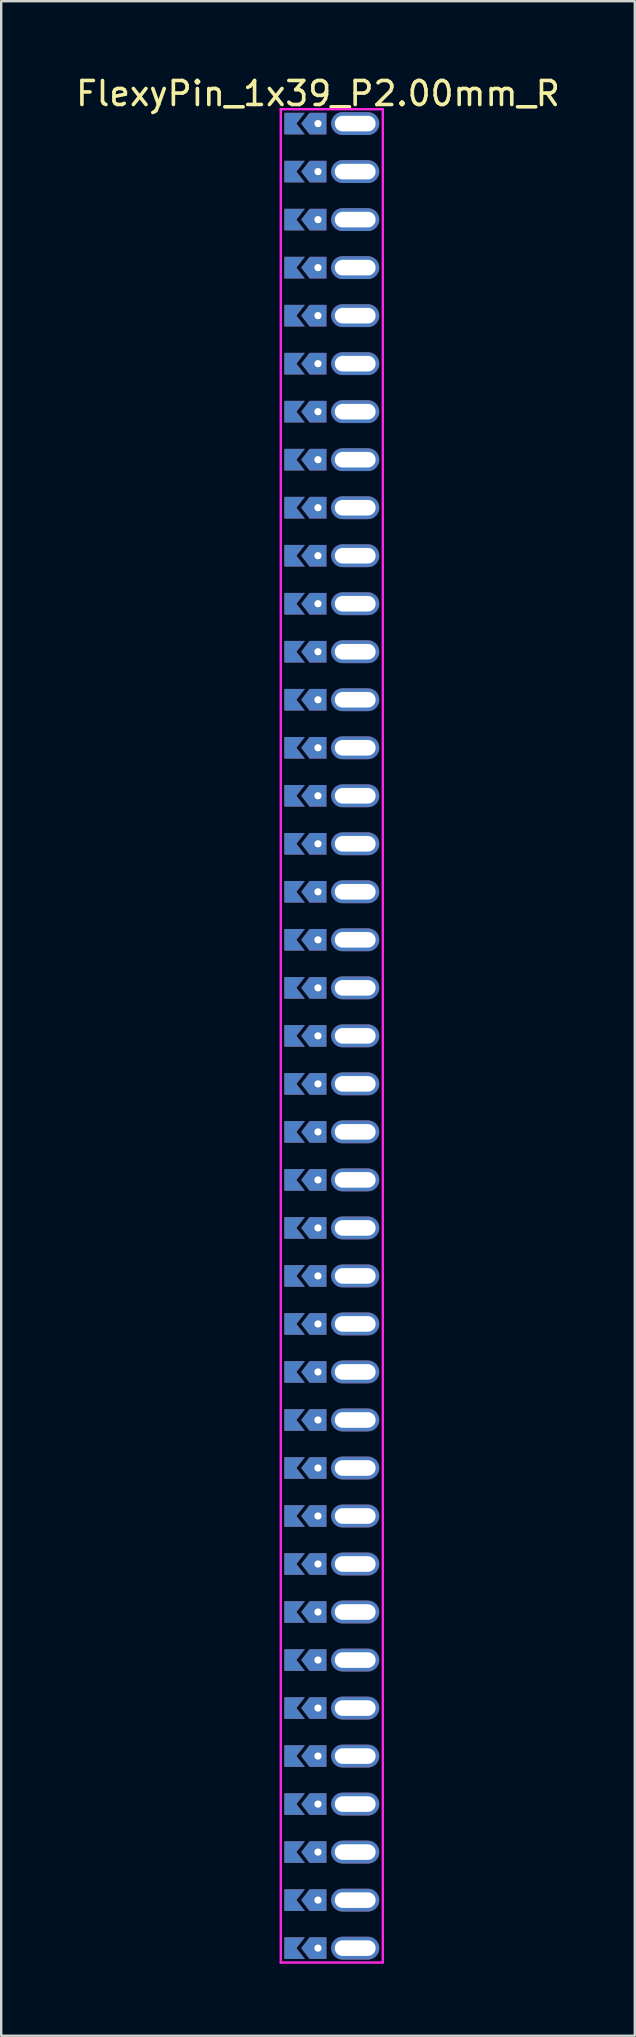
<source format=kicad_pcb>
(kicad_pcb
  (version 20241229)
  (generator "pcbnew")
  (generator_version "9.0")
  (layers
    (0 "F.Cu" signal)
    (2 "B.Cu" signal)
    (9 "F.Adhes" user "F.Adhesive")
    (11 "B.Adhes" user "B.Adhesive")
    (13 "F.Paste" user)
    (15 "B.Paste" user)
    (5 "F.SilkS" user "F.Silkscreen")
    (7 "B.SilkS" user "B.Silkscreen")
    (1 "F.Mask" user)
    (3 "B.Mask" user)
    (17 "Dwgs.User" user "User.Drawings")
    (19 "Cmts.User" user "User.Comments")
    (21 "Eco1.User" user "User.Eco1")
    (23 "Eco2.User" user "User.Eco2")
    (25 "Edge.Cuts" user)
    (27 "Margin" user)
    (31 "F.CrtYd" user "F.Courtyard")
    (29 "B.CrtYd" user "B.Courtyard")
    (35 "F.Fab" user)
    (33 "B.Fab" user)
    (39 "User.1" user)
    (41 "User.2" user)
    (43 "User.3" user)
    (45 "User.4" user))
  (footprint "FlexyPin_1x39_P2.00mm_R"
    (layer "F.Cu")
    (at 10.196 2.098)
    (property "Reference" "FlexyPin_1x39_P2.00mm_R" (at 0 -1.25 0) (layer "F.SilkS") (effects (font (size 1 1) (thickness 0.15))))
    (attr through_hole)
    (fp_line (start -1.55 -0.6) (end 2.7 -0.6) (stroke (width 0.1) (type solid)) (layer "F.CrtYd"))
    (fp_line (start -1.55 76.6) (end -1.55 -0.6) (stroke (width 0.1) (type solid)) (layer "F.CrtYd"))
    (fp_line (start 2.7 -0.6) (end 2.7 76.6) (stroke (width 0.1) (type solid)) (layer "F.CrtYd"))
    (fp_line (start 2.7 76.6) (end -1.55 76.6) (stroke (width 0.1) (type solid)) (layer "F.CrtYd"))
    (pad "" thru_hole custom (at 0 0) (size 0.3 0.3) (drill 0.6) (layers "*.Cu" "*.Mask") (options (anchor rect)) (primitives (gr_poly (pts (xy 0.35 0.45) (xy 0.35 -0.45) (xy -0.35 -0.45) (xy -0.7 0) (xy -0.35 0.45)) (width 0) (fill yes))))
    (pad "" thru_hole custom (at 0 2) (size 0.3 0.3) (drill 0.6) (layers "*.Cu" "*.Mask") (options (anchor rect)) (primitives (gr_poly (pts (xy 0.35 0.45) (xy 0.35 -0.45) (xy -0.35 -0.45) (xy -0.7 0) (xy -0.35 0.45)) (width 0) (fill yes))))
    (pad "" thru_hole custom (at 0 4) (size 0.3 0.3) (drill 0.6) (layers "*.Cu" "*.Mask") (options (anchor rect)) (primitives (gr_poly (pts (xy 0.35 0.45) (xy 0.35 -0.45) (xy -0.35 -0.45) (xy -0.7 0) (xy -0.35 0.45)) (width 0) (fill yes))))
    (pad "" thru_hole custom (at 0 6) (size 0.3 0.3) (drill 0.6) (layers "*.Cu" "*.Mask") (options (anchor rect)) (primitives (gr_poly (pts (xy 0.35 0.45) (xy 0.35 -0.45) (xy -0.35 -0.45) (xy -0.7 0) (xy -0.35 0.45)) (width 0) (fill yes))))
    (pad "" thru_hole custom (at 0 8) (size 0.3 0.3) (drill 0.6) (layers "*.Cu" "*.Mask") (options (anchor rect)) (primitives (gr_poly (pts (xy 0.35 0.45) (xy 0.35 -0.45) (xy -0.35 -0.45) (xy -0.7 0) (xy -0.35 0.45)) (width 0) (fill yes))))
    (pad "" thru_hole custom (at 0 10) (size 0.3 0.3) (drill 0.6) (layers "*.Cu" "*.Mask") (options (anchor rect)) (primitives (gr_poly (pts (xy 0.35 0.45) (xy 0.35 -0.45) (xy -0.35 -0.45) (xy -0.7 0) (xy -0.35 0.45)) (width 0) (fill yes))))
    (pad "" thru_hole custom (at 0 12) (size 0.3 0.3) (drill 0.6) (layers "*.Cu" "*.Mask") (options (anchor rect)) (primitives (gr_poly (pts (xy 0.35 0.45) (xy 0.35 -0.45) (xy -0.35 -0.45) (xy -0.7 0) (xy -0.35 0.45)) (width 0) (fill yes))))
    (pad "" thru_hole custom (at 0 14) (size 0.3 0.3) (drill 0.6) (layers "*.Cu" "*.Mask") (options (anchor rect)) (primitives (gr_poly (pts (xy 0.35 0.45) (xy 0.35 -0.45) (xy -0.35 -0.45) (xy -0.7 0) (xy -0.35 0.45)) (width 0) (fill yes))))
    (pad "" thru_hole custom (at 0 16) (size 0.3 0.3) (drill 0.6) (layers "*.Cu" "*.Mask") (options (anchor rect)) (primitives (gr_poly (pts (xy 0.35 0.45) (xy 0.35 -0.45) (xy -0.35 -0.45) (xy -0.7 0) (xy -0.35 0.45)) (width 0) (fill yes))))
    (pad "" thru_hole custom (at 0 18) (size 0.3 0.3) (drill 0.6) (layers "*.Cu" "*.Mask") (options (anchor rect)) (primitives (gr_poly (pts (xy 0.35 0.45) (xy 0.35 -0.45) (xy -0.35 -0.45) (xy -0.7 0) (xy -0.35 0.45)) (width 0) (fill yes))))
    (pad "" thru_hole custom (at 0 20) (size 0.3 0.3) (drill 0.6) (layers "*.Cu" "*.Mask") (options (anchor rect)) (primitives (gr_poly (pts (xy 0.35 0.45) (xy 0.35 -0.45) (xy -0.35 -0.45) (xy -0.7 0) (xy -0.35 0.45)) (width 0) (fill yes))))
    (pad "" thru_hole custom (at 0 22) (size 0.3 0.3) (drill 0.6) (layers "*.Cu" "*.Mask") (options (anchor rect)) (primitives (gr_poly (pts (xy 0.35 0.45) (xy 0.35 -0.45) (xy -0.35 -0.45) (xy -0.7 0) (xy -0.35 0.45)) (width 0) (fill yes))))
    (pad "" thru_hole custom (at 0 24) (size 0.3 0.3) (drill 0.6) (layers "*.Cu" "*.Mask") (options (anchor rect)) (primitives (gr_poly (pts (xy 0.35 0.45) (xy 0.35 -0.45) (xy -0.35 -0.45) (xy -0.7 0) (xy -0.35 0.45)) (width 0) (fill yes))))
    (pad "" thru_hole custom (at 0 26) (size 0.3 0.3) (drill 0.6) (layers "*.Cu" "*.Mask") (options (anchor rect)) (primitives (gr_poly (pts (xy 0.35 0.45) (xy 0.35 -0.45) (xy -0.35 -0.45) (xy -0.7 0) (xy -0.35 0.45)) (width 0) (fill yes))))
    (pad "" thru_hole custom (at 0 28) (size 0.3 0.3) (drill 0.6) (layers "*.Cu" "*.Mask") (options (anchor rect)) (primitives (gr_poly (pts (xy 0.35 0.45) (xy 0.35 -0.45) (xy -0.35 -0.45) (xy -0.7 0) (xy -0.35 0.45)) (width 0) (fill yes))))
    (pad "" thru_hole custom (at 0 30) (size 0.3 0.3) (drill 0.6) (layers "*.Cu" "*.Mask") (options (anchor rect)) (primitives (gr_poly (pts (xy 0.35 0.45) (xy 0.35 -0.45) (xy -0.35 -0.45) (xy -0.7 0) (xy -0.35 0.45)) (width 0) (fill yes))))
    (pad "" thru_hole custom (at 0 32) (size 0.3 0.3) (drill 0.6) (layers "*.Cu" "*.Mask") (options (anchor rect)) (primitives (gr_poly (pts (xy 0.35 0.45) (xy 0.35 -0.45) (xy -0.35 -0.45) (xy -0.7 0) (xy -0.35 0.45)) (width 0) (fill yes))))
    (pad "" thru_hole custom (at 0 34) (size 0.3 0.3) (drill 0.6) (layers "*.Cu" "*.Mask") (options (anchor rect)) (primitives (gr_poly (pts (xy 0.35 0.45) (xy 0.35 -0.45) (xy -0.35 -0.45) (xy -0.7 0) (xy -0.35 0.45)) (width 0) (fill yes))))
    (pad "" thru_hole custom (at 0 36) (size 0.3 0.3) (drill 0.6) (layers "*.Cu" "*.Mask") (options (anchor rect)) (primitives (gr_poly (pts (xy 0.35 0.45) (xy 0.35 -0.45) (xy -0.35 -0.45) (xy -0.7 0) (xy -0.35 0.45)) (width 0) (fill yes))))
    (pad "" thru_hole custom (at 0 38) (size 0.3 0.3) (drill 0.6) (layers "*.Cu" "*.Mask") (options (anchor rect)) (primitives (gr_poly (pts (xy 0.35 0.45) (xy 0.35 -0.45) (xy -0.35 -0.45) (xy -0.7 0) (xy -0.35 0.45)) (width 0) (fill yes))))
    (pad "" thru_hole custom (at 0 40) (size 0.3 0.3) (drill 0.6) (layers "*.Cu" "*.Mask") (options (anchor rect)) (primitives (gr_poly (pts (xy 0.35 0.45) (xy 0.35 -0.45) (xy -0.35 -0.45) (xy -0.7 0) (xy -0.35 0.45)) (width 0) (fill yes))))
    (pad "" thru_hole custom (at 0 42) (size 0.3 0.3) (drill 0.6) (layers "*.Cu" "*.Mask") (options (anchor rect)) (primitives (gr_poly (pts (xy 0.35 0.45) (xy 0.35 -0.45) (xy -0.35 -0.45) (xy -0.7 0) (xy -0.35 0.45)) (width 0) (fill yes))))
    (pad "" thru_hole custom (at 0 44) (size 0.3 0.3) (drill 0.6) (layers "*.Cu" "*.Mask") (options (anchor rect)) (primitives (gr_poly (pts (xy 0.35 0.45) (xy 0.35 -0.45) (xy -0.35 -0.45) (xy -0.7 0) (xy -0.35 0.45)) (width 0) (fill yes))))
    (pad "" thru_hole custom (at 0 46) (size 0.3 0.3) (drill 0.6) (layers "*.Cu" "*.Mask") (options (anchor rect)) (primitives (gr_poly (pts (xy 0.35 0.45) (xy 0.35 -0.45) (xy -0.35 -0.45) (xy -0.7 0) (xy -0.35 0.45)) (width 0) (fill yes))))
    (pad "" thru_hole custom (at 0 48) (size 0.3 0.3) (drill 0.6) (layers "*.Cu" "*.Mask") (options (anchor rect)) (primitives (gr_poly (pts (xy 0.35 0.45) (xy 0.35 -0.45) (xy -0.35 -0.45) (xy -0.7 0) (xy -0.35 0.45)) (width 0) (fill yes))))
    (pad "" thru_hole custom (at 0 50) (size 0.3 0.3) (drill 0.6) (layers "*.Cu" "*.Mask") (options (anchor rect)) (primitives (gr_poly (pts (xy 0.35 0.45) (xy 0.35 -0.45) (xy -0.35 -0.45) (xy -0.7 0) (xy -0.35 0.45)) (width 0) (fill yes))))
    (pad "" thru_hole custom (at 0 52) (size 0.3 0.3) (drill 0.6) (layers "*.Cu" "*.Mask") (options (anchor rect)) (primitives (gr_poly (pts (xy 0.35 0.45) (xy 0.35 -0.45) (xy -0.35 -0.45) (xy -0.7 0) (xy -0.35 0.45)) (width 0) (fill yes))))
    (pad "" thru_hole custom (at 0 54) (size 0.3 0.3) (drill 0.6) (layers "*.Cu" "*.Mask") (options (anchor rect)) (primitives (gr_poly (pts (xy 0.35 0.45) (xy 0.35 -0.45) (xy -0.35 -0.45) (xy -0.7 0) (xy -0.35 0.45)) (width 0) (fill yes))))
    (pad "" thru_hole custom (at 0 56) (size 0.3 0.3) (drill 0.6) (layers "*.Cu" "*.Mask") (options (anchor rect)) (primitives (gr_poly (pts (xy 0.35 0.45) (xy 0.35 -0.45) (xy -0.35 -0.45) (xy -0.7 0) (xy -0.35 0.45)) (width 0) (fill yes))))
    (pad "" thru_hole custom (at 0 58) (size 0.3 0.3) (drill 0.6) (layers "*.Cu" "*.Mask") (options (anchor rect)) (primitives (gr_poly (pts (xy 0.35 0.45) (xy 0.35 -0.45) (xy -0.35 -0.45) (xy -0.7 0) (xy -0.35 0.45)) (width 0) (fill yes))))
    (pad "" thru_hole custom (at 0 60) (size 0.3 0.3) (drill 0.6) (layers "*.Cu" "*.Mask") (options (anchor rect)) (primitives (gr_poly (pts (xy 0.35 0.45) (xy 0.35 -0.45) (xy -0.35 -0.45) (xy -0.7 0) (xy -0.35 0.45)) (width 0) (fill yes))))
    (pad "" thru_hole custom (at 0 62) (size 0.3 0.3) (drill 0.6) (layers "*.Cu" "*.Mask") (options (anchor rect)) (primitives (gr_poly (pts (xy 0.35 0.45) (xy 0.35 -0.45) (xy -0.35 -0.45) (xy -0.7 0) (xy -0.35 0.45)) (width 0) (fill yes))))
    (pad "" thru_hole custom (at 0 64) (size 0.3 0.3) (drill 0.6) (layers "*.Cu" "*.Mask") (options (anchor rect)) (primitives (gr_poly (pts (xy 0.35 0.45) (xy 0.35 -0.45) (xy -0.35 -0.45) (xy -0.7 0) (xy -0.35 0.45)) (width 0) (fill yes))))
    (pad "" thru_hole custom (at 0 66) (size 0.3 0.3) (drill 0.6) (layers "*.Cu" "*.Mask") (options (anchor rect)) (primitives (gr_poly (pts (xy 0.35 0.45) (xy 0.35 -0.45) (xy -0.35 -0.45) (xy -0.7 0) (xy -0.35 0.45)) (width 0) (fill yes))))
    (pad "" thru_hole custom (at 0 68) (size 0.3 0.3) (drill 0.6) (layers "*.Cu" "*.Mask") (options (anchor rect)) (primitives (gr_poly (pts (xy 0.35 0.45) (xy 0.35 -0.45) (xy -0.35 -0.45) (xy -0.7 0) (xy -0.35 0.45)) (width 0) (fill yes))))
    (pad "" thru_hole custom (at 0 70) (size 0.3 0.3) (drill 0.6) (layers "*.Cu" "*.Mask") (options (anchor rect)) (primitives (gr_poly (pts (xy 0.35 0.45) (xy 0.35 -0.45) (xy -0.35 -0.45) (xy -0.7 0) (xy -0.35 0.45)) (width 0) (fill yes))))
    (pad "" thru_hole custom (at 0 72) (size 0.3 0.3) (drill 0.6) (layers "*.Cu" "*.Mask") (options (anchor rect)) (primitives (gr_poly (pts (xy 0.35 0.45) (xy 0.35 -0.45) (xy -0.35 -0.45) (xy -0.7 0) (xy -0.35 0.45)) (width 0) (fill yes))))
    (pad "" thru_hole custom (at 0 74) (size 0.3 0.3) (drill 0.6) (layers "*.Cu" "*.Mask") (options (anchor rect)) (primitives (gr_poly (pts (xy 0.35 0.45) (xy 0.35 -0.45) (xy -0.35 -0.45) (xy -0.7 0) (xy -0.35 0.45)) (width 0) (fill yes))))
    (pad "" thru_hole custom (at 0 76) (size 0.3 0.3) (drill 0.6) (layers "*.Cu" "*.Mask") (options (anchor rect)) (primitives (gr_poly (pts (xy 0.35 0.45) (xy 0.35 -0.45) (xy -0.35 -0.45) (xy -0.7 0) (xy -0.35 0.45)) (width 0) (fill yes))))
    (pad "" thru_hole oval (at 1.55 0) (size 2 0.95) (drill oval 1.7 0.65) (layers "*.Cu" "*.Mask"))
    (pad "" thru_hole oval (at 1.55 2) (size 2 0.95) (drill oval 1.7 0.65) (layers "*.Cu" "*.Mask"))
    (pad "" thru_hole oval (at 1.55 4) (size 2 0.95) (drill oval 1.7 0.65) (layers "*.Cu" "*.Mask"))
    (pad "" thru_hole oval (at 1.55 6) (size 2 0.95) (drill oval 1.7 0.65) (layers "*.Cu" "*.Mask"))
    (pad "" thru_hole oval (at 1.55 8) (size 2 0.95) (drill oval 1.7 0.65) (layers "*.Cu" "*.Mask"))
    (pad "" thru_hole oval (at 1.55 10) (size 2 0.95) (drill oval 1.7 0.65) (layers "*.Cu" "*.Mask"))
    (pad "" thru_hole oval (at 1.55 12) (size 2 0.95) (drill oval 1.7 0.65) (layers "*.Cu" "*.Mask"))
    (pad "" thru_hole oval (at 1.55 14) (size 2 0.95) (drill oval 1.7 0.65) (layers "*.Cu" "*.Mask"))
    (pad "" thru_hole oval (at 1.55 16) (size 2 0.95) (drill oval 1.7 0.65) (layers "*.Cu" "*.Mask"))
    (pad "" thru_hole oval (at 1.55 18) (size 2 0.95) (drill oval 1.7 0.65) (layers "*.Cu" "*.Mask"))
    (pad "" thru_hole oval (at 1.55 20) (size 2 0.95) (drill oval 1.7 0.65) (layers "*.Cu" "*.Mask"))
    (pad "" thru_hole oval (at 1.55 22) (size 2 0.95) (drill oval 1.7 0.65) (layers "*.Cu" "*.Mask"))
    (pad "" thru_hole oval (at 1.55 24) (size 2 0.95) (drill oval 1.7 0.65) (layers "*.Cu" "*.Mask"))
    (pad "" thru_hole oval (at 1.55 26) (size 2 0.95) (drill oval 1.7 0.65) (layers "*.Cu" "*.Mask"))
    (pad "" thru_hole oval (at 1.55 28) (size 2 0.95) (drill oval 1.7 0.65) (layers "*.Cu" "*.Mask"))
    (pad "" thru_hole oval (at 1.55 30) (size 2 0.95) (drill oval 1.7 0.65) (layers "*.Cu" "*.Mask"))
    (pad "" thru_hole oval (at 1.55 32) (size 2 0.95) (drill oval 1.7 0.65) (layers "*.Cu" "*.Mask"))
    (pad "" thru_hole oval (at 1.55 34) (size 2 0.95) (drill oval 1.7 0.65) (layers "*.Cu" "*.Mask"))
    (pad "" thru_hole oval (at 1.55 36) (size 2 0.95) (drill oval 1.7 0.65) (layers "*.Cu" "*.Mask"))
    (pad "" thru_hole oval (at 1.55 38) (size 2 0.95) (drill oval 1.7 0.65) (layers "*.Cu" "*.Mask"))
    (pad "" thru_hole oval (at 1.55 40) (size 2 0.95) (drill oval 1.7 0.65) (layers "*.Cu" "*.Mask"))
    (pad "" thru_hole oval (at 1.55 42) (size 2 0.95) (drill oval 1.7 0.65) (layers "*.Cu" "*.Mask"))
    (pad "" thru_hole oval (at 1.55 44) (size 2 0.95) (drill oval 1.7 0.65) (layers "*.Cu" "*.Mask"))
    (pad "" thru_hole oval (at 1.55 46) (size 2 0.95) (drill oval 1.7 0.65) (layers "*.Cu" "*.Mask"))
    (pad "" thru_hole oval (at 1.55 48) (size 2 0.95) (drill oval 1.7 0.65) (layers "*.Cu" "*.Mask"))
    (pad "" thru_hole oval (at 1.55 50) (size 2 0.95) (drill oval 1.7 0.65) (layers "*.Cu" "*.Mask"))
    (pad "" thru_hole oval (at 1.55 52) (size 2 0.95) (drill oval 1.7 0.65) (layers "*.Cu" "*.Mask"))
    (pad "" thru_hole oval (at 1.55 54) (size 2 0.95) (drill oval 1.7 0.65) (layers "*.Cu" "*.Mask"))
    (pad "" thru_hole oval (at 1.55 56) (size 2 0.95) (drill oval 1.7 0.65) (layers "*.Cu" "*.Mask"))
    (pad "" thru_hole oval (at 1.55 58) (size 2 0.95) (drill oval 1.7 0.65) (layers "*.Cu" "*.Mask"))
    (pad "" thru_hole oval (at 1.55 60) (size 2 0.95) (drill oval 1.7 0.65) (layers "*.Cu" "*.Mask"))
    (pad "" thru_hole oval (at 1.55 62) (size 2 0.95) (drill oval 1.7 0.65) (layers "*.Cu" "*.Mask"))
    (pad "" thru_hole oval (at 1.55 64) (size 2 0.95) (drill oval 1.7 0.65) (layers "*.Cu" "*.Mask"))
    (pad "" thru_hole oval (at 1.55 66) (size 2 0.95) (drill oval 1.7 0.65) (layers "*.Cu" "*.Mask"))
    (pad "" thru_hole oval (at 1.55 68) (size 2 0.95) (drill oval 1.7 0.65) (layers "*.Cu" "*.Mask"))
    (pad "" thru_hole oval (at 1.55 70) (size 2 0.95) (drill oval 1.7 0.65) (layers "*.Cu" "*.Mask"))
    (pad "" thru_hole oval (at 1.55 72) (size 2 0.95) (drill oval 1.7 0.65) (layers "*.Cu" "*.Mask"))
    (pad "" thru_hole oval (at 1.55 74) (size 2 0.95) (drill oval 1.7 0.65) (layers "*.Cu" "*.Mask"))
    (pad "" thru_hole oval (at 1.55 76) (size 2 0.95) (drill oval 1.7 0.65) (layers "*.Cu" "*.Mask"))
    (pad "1" smd custom (at -0.9 0) (size 0.01 0.01) (layers "F.Cu" "F.Mask") (options (anchor rect)) (primitives (gr_poly (pts (xy 0 0) (xy 0.35 0.45) (xy -0.5 0.45) (xy -0.5 -0.45) (xy 0.35 -0.45)) (width 0) (fill yes))))
    (pad "2" smd custom (at -0.9 2) (size 0.01 0.01) (layers "F.Cu" "F.Mask") (options (anchor rect)) (primitives (gr_poly (pts (xy 0 0) (xy 0.35 0.45) (xy -0.5 0.45) (xy -0.5 -0.45) (xy 0.35 -0.45)) (width 0) (fill yes))))
    (pad "3" smd custom (at -0.9 4) (size 0.01 0.01) (layers "F.Cu" "F.Mask") (options (anchor rect)) (primitives (gr_poly (pts (xy 0 0) (xy 0.35 0.45) (xy -0.5 0.45) (xy -0.5 -0.45) (xy 0.35 -0.45)) (width 0) (fill yes))))
    (pad "4" smd custom (at -0.9 6) (size 0.01 0.01) (layers "F.Cu" "F.Mask") (options (anchor rect)) (primitives (gr_poly (pts (xy 0 0) (xy 0.35 0.45) (xy -0.5 0.45) (xy -0.5 -0.45) (xy 0.35 -0.45)) (width 0) (fill yes))))
    (pad "5" smd custom (at -0.9 8) (size 0.01 0.01) (layers "F.Cu" "F.Mask") (options (anchor rect)) (primitives (gr_poly (pts (xy 0 0) (xy 0.35 0.45) (xy -0.5 0.45) (xy -0.5 -0.45) (xy 0.35 -0.45)) (width 0) (fill yes))))
    (pad "6" smd custom (at -0.9 10) (size 0.01 0.01) (layers "F.Cu" "F.Mask") (options (anchor rect)) (primitives (gr_poly (pts (xy 0 0) (xy 0.35 0.45) (xy -0.5 0.45) (xy -0.5 -0.45) (xy 0.35 -0.45)) (width 0) (fill yes))))
    (pad "7" smd custom (at -0.9 12) (size 0.01 0.01) (layers "F.Cu" "F.Mask") (options (anchor rect)) (primitives (gr_poly (pts (xy 0 0) (xy 0.35 0.45) (xy -0.5 0.45) (xy -0.5 -0.45) (xy 0.35 -0.45)) (width 0) (fill yes))))
    (pad "8" smd custom (at -0.9 14) (size 0.01 0.01) (layers "F.Cu" "F.Mask") (options (anchor rect)) (primitives (gr_poly (pts (xy 0 0) (xy 0.35 0.45) (xy -0.5 0.45) (xy -0.5 -0.45) (xy 0.35 -0.45)) (width 0) (fill yes))))
    (pad "9" smd custom (at -0.9 16) (size 0.01 0.01) (layers "F.Cu" "F.Mask") (options (anchor rect)) (primitives (gr_poly (pts (xy 0 0) (xy 0.35 0.45) (xy -0.5 0.45) (xy -0.5 -0.45) (xy 0.35 -0.45)) (width 0) (fill yes))))
    (pad "10" smd custom (at -0.9 18) (size 0.01 0.01) (layers "F.Cu" "F.Mask") (options (anchor rect)) (primitives (gr_poly (pts (xy 0 0) (xy 0.35 0.45) (xy -0.5 0.45) (xy -0.5 -0.45) (xy 0.35 -0.45)) (width 0) (fill yes))))
    (pad "11" smd custom (at -0.9 20) (size 0.01 0.01) (layers "F.Cu" "F.Mask") (options (anchor rect)) (primitives (gr_poly (pts (xy 0 0) (xy 0.35 0.45) (xy -0.5 0.45) (xy -0.5 -0.45) (xy 0.35 -0.45)) (width 0) (fill yes))))
    (pad "12" smd custom (at -0.9 22) (size 0.01 0.01) (layers "F.Cu" "F.Mask") (options (anchor rect)) (primitives (gr_poly (pts (xy 0 0) (xy 0.35 0.45) (xy -0.5 0.45) (xy -0.5 -0.45) (xy 0.35 -0.45)) (width 0) (fill yes))))
    (pad "13" smd custom (at -0.9 24) (size 0.01 0.01) (layers "F.Cu" "F.Mask") (options (anchor rect)) (primitives (gr_poly (pts (xy 0 0) (xy 0.35 0.45) (xy -0.5 0.45) (xy -0.5 -0.45) (xy 0.35 -0.45)) (width 0) (fill yes))))
    (pad "14" smd custom (at -0.9 26) (size 0.01 0.01) (layers "F.Cu" "F.Mask") (options (anchor rect)) (primitives (gr_poly (pts (xy 0 0) (xy 0.35 0.45) (xy -0.5 0.45) (xy -0.5 -0.45) (xy 0.35 -0.45)) (width 0) (fill yes))))
    (pad "15" smd custom (at -0.9 28) (size 0.01 0.01) (layers "F.Cu" "F.Mask") (options (anchor rect)) (primitives (gr_poly (pts (xy 0 0) (xy 0.35 0.45) (xy -0.5 0.45) (xy -0.5 -0.45) (xy 0.35 -0.45)) (width 0) (fill yes))))
    (pad "16" smd custom (at -0.9 30) (size 0.01 0.01) (layers "F.Cu" "F.Mask") (options (anchor rect)) (primitives (gr_poly (pts (xy 0 0) (xy 0.35 0.45) (xy -0.5 0.45) (xy -0.5 -0.45) (xy 0.35 -0.45)) (width 0) (fill yes))))
    (pad "17" smd custom (at -0.9 32) (size 0.01 0.01) (layers "F.Cu" "F.Mask") (options (anchor rect)) (primitives (gr_poly (pts (xy 0 0) (xy 0.35 0.45) (xy -0.5 0.45) (xy -0.5 -0.45) (xy 0.35 -0.45)) (width 0) (fill yes))))
    (pad "18" smd custom (at -0.9 34) (size 0.01 0.01) (layers "F.Cu" "F.Mask") (options (anchor rect)) (primitives (gr_poly (pts (xy 0 0) (xy 0.35 0.45) (xy -0.5 0.45) (xy -0.5 -0.45) (xy 0.35 -0.45)) (width 0) (fill yes))))
    (pad "19" smd custom (at -0.9 36) (size 0.01 0.01) (layers "F.Cu" "F.Mask") (options (anchor rect)) (primitives (gr_poly (pts (xy 0 0) (xy 0.35 0.45) (xy -0.5 0.45) (xy -0.5 -0.45) (xy 0.35 -0.45)) (width 0) (fill yes))))
    (pad "20" smd custom (at -0.9 38) (size 0.01 0.01) (layers "F.Cu" "F.Mask") (options (anchor rect)) (primitives (gr_poly (pts (xy 0 0) (xy 0.35 0.45) (xy -0.5 0.45) (xy -0.5 -0.45) (xy 0.35 -0.45)) (width 0) (fill yes))))
    (pad "21" smd custom (at -0.9 40) (size 0.01 0.01) (layers "F.Cu" "F.Mask") (options (anchor rect)) (primitives (gr_poly (pts (xy 0 0) (xy 0.35 0.45) (xy -0.5 0.45) (xy -0.5 -0.45) (xy 0.35 -0.45)) (width 0) (fill yes))))
    (pad "22" smd custom (at -0.9 42) (size 0.01 0.01) (layers "F.Cu" "F.Mask") (options (anchor rect)) (primitives (gr_poly (pts (xy 0 0) (xy 0.35 0.45) (xy -0.5 0.45) (xy -0.5 -0.45) (xy 0.35 -0.45)) (width 0) (fill yes))))
    (pad "23" smd custom (at -0.9 44) (size 0.01 0.01) (layers "F.Cu" "F.Mask") (options (anchor rect)) (primitives (gr_poly (pts (xy 0 0) (xy 0.35 0.45) (xy -0.5 0.45) (xy -0.5 -0.45) (xy 0.35 -0.45)) (width 0) (fill yes))))
    (pad "24" smd custom (at -0.9 46) (size 0.01 0.01) (layers "F.Cu" "F.Mask") (options (anchor rect)) (primitives (gr_poly (pts (xy 0 0) (xy 0.35 0.45) (xy -0.5 0.45) (xy -0.5 -0.45) (xy 0.35 -0.45)) (width 0) (fill yes))))
    (pad "25" smd custom (at -0.9 48) (size 0.01 0.01) (layers "F.Cu" "F.Mask") (options (anchor rect)) (primitives (gr_poly (pts (xy 0 0) (xy 0.35 0.45) (xy -0.5 0.45) (xy -0.5 -0.45) (xy 0.35 -0.45)) (width 0) (fill yes))))
    (pad "26" smd custom (at -0.9 50) (size 0.01 0.01) (layers "F.Cu" "F.Mask") (options (anchor rect)) (primitives (gr_poly (pts (xy 0 0) (xy 0.35 0.45) (xy -0.5 0.45) (xy -0.5 -0.45) (xy 0.35 -0.45)) (width 0) (fill yes))))
    (pad "27" smd custom (at -0.9 52) (size 0.01 0.01) (layers "F.Cu" "F.Mask") (options (anchor rect)) (primitives (gr_poly (pts (xy 0 0) (xy 0.35 0.45) (xy -0.5 0.45) (xy -0.5 -0.45) (xy 0.35 -0.45)) (width 0) (fill yes))))
    (pad "28" smd custom (at -0.9 54) (size 0.01 0.01) (layers "F.Cu" "F.Mask") (options (anchor rect)) (primitives (gr_poly (pts (xy 0 0) (xy 0.35 0.45) (xy -0.5 0.45) (xy -0.5 -0.45) (xy 0.35 -0.45)) (width 0) (fill yes))))
    (pad "29" smd custom (at -0.9 56) (size 0.01 0.01) (layers "F.Cu" "F.Mask") (options (anchor rect)) (primitives (gr_poly (pts (xy 0 0) (xy 0.35 0.45) (xy -0.5 0.45) (xy -0.5 -0.45) (xy 0.35 -0.45)) (width 0) (fill yes))))
    (pad "30" smd custom (at -0.9 58) (size 0.01 0.01) (layers "F.Cu" "F.Mask") (options (anchor rect)) (primitives (gr_poly (pts (xy 0 0) (xy 0.35 0.45) (xy -0.5 0.45) (xy -0.5 -0.45) (xy 0.35 -0.45)) (width 0) (fill yes))))
    (pad "31" smd custom (at -0.9 60) (size 0.01 0.01) (layers "F.Cu" "F.Mask") (options (anchor rect)) (primitives (gr_poly (pts (xy 0 0) (xy 0.35 0.45) (xy -0.5 0.45) (xy -0.5 -0.45) (xy 0.35 -0.45)) (width 0) (fill yes))))
    (pad "32" smd custom (at -0.9 62) (size 0.01 0.01) (layers "F.Cu" "F.Mask") (options (anchor rect)) (primitives (gr_poly (pts (xy 0 0) (xy 0.35 0.45) (xy -0.5 0.45) (xy -0.5 -0.45) (xy 0.35 -0.45)) (width 0) (fill yes))))
    (pad "33" smd custom (at -0.9 64) (size 0.01 0.01) (layers "F.Cu" "F.Mask") (options (anchor rect)) (primitives (gr_poly (pts (xy 0 0) (xy 0.35 0.45) (xy -0.5 0.45) (xy -0.5 -0.45) (xy 0.35 -0.45)) (width 0) (fill yes))))
    (pad "34" smd custom (at -0.9 66) (size 0.01 0.01) (layers "F.Cu" "F.Mask") (options (anchor rect)) (primitives (gr_poly (pts (xy 0 0) (xy 0.35 0.45) (xy -0.5 0.45) (xy -0.5 -0.45) (xy 0.35 -0.45)) (width 0) (fill yes))))
    (pad "35" smd custom (at -0.9 68) (size 0.01 0.01) (layers "F.Cu" "F.Mask") (options (anchor rect)) (primitives (gr_poly (pts (xy 0 0) (xy 0.35 0.45) (xy -0.5 0.45) (xy -0.5 -0.45) (xy 0.35 -0.45)) (width 0) (fill yes))))
    (pad "36" smd custom (at -0.9 70) (size 0.01 0.01) (layers "F.Cu" "F.Mask") (options (anchor rect)) (primitives (gr_poly (pts (xy 0 0) (xy 0.35 0.45) (xy -0.5 0.45) (xy -0.5 -0.45) (xy 0.35 -0.45)) (width 0) (fill yes))))
    (pad "37" smd custom (at -0.9 72) (size 0.01 0.01) (layers "F.Cu" "F.Mask") (options (anchor rect)) (primitives (gr_poly (pts (xy 0 0) (xy 0.35 0.45) (xy -0.5 0.45) (xy -0.5 -0.45) (xy 0.35 -0.45)) (width 0) (fill yes))))
    (pad "38" smd custom (at -0.9 74) (size 0.01 0.01) (layers "F.Cu" "F.Mask") (options (anchor rect)) (primitives (gr_poly (pts (xy 0 0) (xy 0.35 0.45) (xy -0.5 0.45) (xy -0.5 -0.45) (xy 0.35 -0.45)) (width 0) (fill yes))))
    (pad "39" smd custom (at -0.9 76) (size 0.01 0.01) (layers "F.Cu" "F.Mask") (options (anchor rect)) (primitives (gr_poly (pts (xy 0 0) (xy 0.35 0.45) (xy -0.5 0.45) (xy -0.5 -0.45) (xy 0.35 -0.45)) (width 0) (fill yes))))
    (pad "40" smd custom (at -0.9 0) (size 0.01 0.01) (layers "B.Cu" "B.Mask") (options (anchor rect)) (primitives (gr_poly (pts (xy 0 0) (xy 0.35 0.45) (xy -0.5 0.45) (xy -0.5 -0.45) (xy 0.35 -0.45)) (width 0) (fill yes))))
    (pad "41" smd custom (at -0.9 2) (size 0.01 0.01) (layers "B.Cu" "B.Mask") (options (anchor rect)) (primitives (gr_poly (pts (xy 0 0) (xy 0.35 0.45) (xy -0.5 0.45) (xy -0.5 -0.45) (xy 0.35 -0.45)) (width 0) (fill yes))))
    (pad "42" smd custom (at -0.9 4) (size 0.01 0.01) (layers "B.Cu" "B.Mask") (options (anchor rect)) (primitives (gr_poly (pts (xy 0 0) (xy 0.35 0.45) (xy -0.5 0.45) (xy -0.5 -0.45) (xy 0.35 -0.45)) (width 0) (fill yes))))
    (pad "43" smd custom (at -0.9 6) (size 0.01 0.01) (layers "B.Cu" "B.Mask") (options (anchor rect)) (primitives (gr_poly (pts (xy 0 0) (xy 0.35 0.45) (xy -0.5 0.45) (xy -0.5 -0.45) (xy 0.35 -0.45)) (width 0) (fill yes))))
    (pad "44" smd custom (at -0.9 8) (size 0.01 0.01) (layers "B.Cu" "B.Mask") (options (anchor rect)) (primitives (gr_poly (pts (xy 0 0) (xy 0.35 0.45) (xy -0.5 0.45) (xy -0.5 -0.45) (xy 0.35 -0.45)) (width 0) (fill yes))))
    (pad "45" smd custom (at -0.9 10) (size 0.01 0.01) (layers "B.Cu" "B.Mask") (options (anchor rect)) (primitives (gr_poly (pts (xy 0 0) (xy 0.35 0.45) (xy -0.5 0.45) (xy -0.5 -0.45) (xy 0.35 -0.45)) (width 0) (fill yes))))
    (pad "46" smd custom (at -0.9 12) (size 0.01 0.01) (layers "B.Cu" "B.Mask") (options (anchor rect)) (primitives (gr_poly (pts (xy 0 0) (xy 0.35 0.45) (xy -0.5 0.45) (xy -0.5 -0.45) (xy 0.35 -0.45)) (width 0) (fill yes))))
    (pad "47" smd custom (at -0.9 14) (size 0.01 0.01) (layers "B.Cu" "B.Mask") (options (anchor rect)) (primitives (gr_poly (pts (xy 0 0) (xy 0.35 0.45) (xy -0.5 0.45) (xy -0.5 -0.45) (xy 0.35 -0.45)) (width 0) (fill yes))))
    (pad "48" smd custom (at -0.9 16) (size 0.01 0.01) (layers "B.Cu" "B.Mask") (options (anchor rect)) (primitives (gr_poly (pts (xy 0 0) (xy 0.35 0.45) (xy -0.5 0.45) (xy -0.5 -0.45) (xy 0.35 -0.45)) (width 0) (fill yes))))
    (pad "49" smd custom (at -0.9 18) (size 0.01 0.01) (layers "B.Cu" "B.Mask") (options (anchor rect)) (primitives (gr_poly (pts (xy 0 0) (xy 0.35 0.45) (xy -0.5 0.45) (xy -0.5 -0.45) (xy 0.35 -0.45)) (width 0) (fill yes))))
    (pad "50" smd custom (at -0.9 20) (size 0.01 0.01) (layers "B.Cu" "B.Mask") (options (anchor rect)) (primitives (gr_poly (pts (xy 0 0) (xy 0.35 0.45) (xy -0.5 0.45) (xy -0.5 -0.45) (xy 0.35 -0.45)) (width 0) (fill yes))))
    (pad "51" smd custom (at -0.9 22) (size 0.01 0.01) (layers "B.Cu" "B.Mask") (options (anchor rect)) (primitives (gr_poly (pts (xy 0 0) (xy 0.35 0.45) (xy -0.5 0.45) (xy -0.5 -0.45) (xy 0.35 -0.45)) (width 0) (fill yes))))
    (pad "52" smd custom (at -0.9 24) (size 0.01 0.01) (layers "B.Cu" "B.Mask") (options (anchor rect)) (primitives (gr_poly (pts (xy 0 0) (xy 0.35 0.45) (xy -0.5 0.45) (xy -0.5 -0.45) (xy 0.35 -0.45)) (width 0) (fill yes))))
    (pad "53" smd custom (at -0.9 26) (size 0.01 0.01) (layers "B.Cu" "B.Mask") (options (anchor rect)) (primitives (gr_poly (pts (xy 0 0) (xy 0.35 0.45) (xy -0.5 0.45) (xy -0.5 -0.45) (xy 0.35 -0.45)) (width 0) (fill yes))))
    (pad "54" smd custom (at -0.9 28) (size 0.01 0.01) (layers "B.Cu" "B.Mask") (options (anchor rect)) (primitives (gr_poly (pts (xy 0 0) (xy 0.35 0.45) (xy -0.5 0.45) (xy -0.5 -0.45) (xy 0.35 -0.45)) (width 0) (fill yes))))
    (pad "55" smd custom (at -0.9 30) (size 0.01 0.01) (layers "B.Cu" "B.Mask") (options (anchor rect)) (primitives (gr_poly (pts (xy 0 0) (xy 0.35 0.45) (xy -0.5 0.45) (xy -0.5 -0.45) (xy 0.35 -0.45)) (width 0) (fill yes))))
    (pad "56" smd custom (at -0.9 32) (size 0.01 0.01) (layers "B.Cu" "B.Mask") (options (anchor rect)) (primitives (gr_poly (pts (xy 0 0) (xy 0.35 0.45) (xy -0.5 0.45) (xy -0.5 -0.45) (xy 0.35 -0.45)) (width 0) (fill yes))))
    (pad "57" smd custom (at -0.9 34) (size 0.01 0.01) (layers "B.Cu" "B.Mask") (options (anchor rect)) (primitives (gr_poly (pts (xy 0 0) (xy 0.35 0.45) (xy -0.5 0.45) (xy -0.5 -0.45) (xy 0.35 -0.45)) (width 0) (fill yes))))
    (pad "58" smd custom (at -0.9 36) (size 0.01 0.01) (layers "B.Cu" "B.Mask") (options (anchor rect)) (primitives (gr_poly (pts (xy 0 0) (xy 0.35 0.45) (xy -0.5 0.45) (xy -0.5 -0.45) (xy 0.35 -0.45)) (width 0) (fill yes))))
    (pad "59" smd custom (at -0.9 38) (size 0.01 0.01) (layers "B.Cu" "B.Mask") (options (anchor rect)) (primitives (gr_poly (pts (xy 0 0) (xy 0.35 0.45) (xy -0.5 0.45) (xy -0.5 -0.45) (xy 0.35 -0.45)) (width 0) (fill yes))))
    (pad "60" smd custom (at -0.9 40) (size 0.01 0.01) (layers "B.Cu" "B.Mask") (options (anchor rect)) (primitives (gr_poly (pts (xy 0 0) (xy 0.35 0.45) (xy -0.5 0.45) (xy -0.5 -0.45) (xy 0.35 -0.45)) (width 0) (fill yes))))
    (pad "61" smd custom (at -0.9 42) (size 0.01 0.01) (layers "B.Cu" "B.Mask") (options (anchor rect)) (primitives (gr_poly (pts (xy 0 0) (xy 0.35 0.45) (xy -0.5 0.45) (xy -0.5 -0.45) (xy 0.35 -0.45)) (width 0) (fill yes))))
    (pad "62" smd custom (at -0.9 44) (size 0.01 0.01) (layers "B.Cu" "B.Mask") (options (anchor rect)) (primitives (gr_poly (pts (xy 0 0) (xy 0.35 0.45) (xy -0.5 0.45) (xy -0.5 -0.45) (xy 0.35 -0.45)) (width 0) (fill yes))))
    (pad "63" smd custom (at -0.9 46) (size 0.01 0.01) (layers "B.Cu" "B.Mask") (options (anchor rect)) (primitives (gr_poly (pts (xy 0 0) (xy 0.35 0.45) (xy -0.5 0.45) (xy -0.5 -0.45) (xy 0.35 -0.45)) (width 0) (fill yes))))
    (pad "64" smd custom (at -0.9 48) (size 0.01 0.01) (layers "B.Cu" "B.Mask") (options (anchor rect)) (primitives (gr_poly (pts (xy 0 0) (xy 0.35 0.45) (xy -0.5 0.45) (xy -0.5 -0.45) (xy 0.35 -0.45)) (width 0) (fill yes))))
    (pad "65" smd custom (at -0.9 50) (size 0.01 0.01) (layers "B.Cu" "B.Mask") (options (anchor rect)) (primitives (gr_poly (pts (xy 0 0) (xy 0.35 0.45) (xy -0.5 0.45) (xy -0.5 -0.45) (xy 0.35 -0.45)) (width 0) (fill yes))))
    (pad "66" smd custom (at -0.9 52) (size 0.01 0.01) (layers "B.Cu" "B.Mask") (options (anchor rect)) (primitives (gr_poly (pts (xy 0 0) (xy 0.35 0.45) (xy -0.5 0.45) (xy -0.5 -0.45) (xy 0.35 -0.45)) (width 0) (fill yes))))
    (pad "67" smd custom (at -0.9 54) (size 0.01 0.01) (layers "B.Cu" "B.Mask") (options (anchor rect)) (primitives (gr_poly (pts (xy 0 0) (xy 0.35 0.45) (xy -0.5 0.45) (xy -0.5 -0.45) (xy 0.35 -0.45)) (width 0) (fill yes))))
    (pad "68" smd custom (at -0.9 56) (size 0.01 0.01) (layers "B.Cu" "B.Mask") (options (anchor rect)) (primitives (gr_poly (pts (xy 0 0) (xy 0.35 0.45) (xy -0.5 0.45) (xy -0.5 -0.45) (xy 0.35 -0.45)) (width 0) (fill yes))))
    (pad "69" smd custom (at -0.9 58) (size 0.01 0.01) (layers "B.Cu" "B.Mask") (options (anchor rect)) (primitives (gr_poly (pts (xy 0 0) (xy 0.35 0.45) (xy -0.5 0.45) (xy -0.5 -0.45) (xy 0.35 -0.45)) (width 0) (fill yes))))
    (pad "70" smd custom (at -0.9 60) (size 0.01 0.01) (layers "B.Cu" "B.Mask") (options (anchor rect)) (primitives (gr_poly (pts (xy 0 0) (xy 0.35 0.45) (xy -0.5 0.45) (xy -0.5 -0.45) (xy 0.35 -0.45)) (width 0) (fill yes))))
    (pad "71" smd custom (at -0.9 62) (size 0.01 0.01) (layers "B.Cu" "B.Mask") (options (anchor rect)) (primitives (gr_poly (pts (xy 0 0) (xy 0.35 0.45) (xy -0.5 0.45) (xy -0.5 -0.45) (xy 0.35 -0.45)) (width 0) (fill yes))))
    (pad "72" smd custom (at -0.9 64) (size 0.01 0.01) (layers "B.Cu" "B.Mask") (options (anchor rect)) (primitives (gr_poly (pts (xy 0 0) (xy 0.35 0.45) (xy -0.5 0.45) (xy -0.5 -0.45) (xy 0.35 -0.45)) (width 0) (fill yes))))
    (pad "73" smd custom (at -0.9 66) (size 0.01 0.01) (layers "B.Cu" "B.Mask") (options (anchor rect)) (primitives (gr_poly (pts (xy 0 0) (xy 0.35 0.45) (xy -0.5 0.45) (xy -0.5 -0.45) (xy 0.35 -0.45)) (width 0) (fill yes))))
    (pad "74" smd custom (at -0.9 68) (size 0.01 0.01) (layers "B.Cu" "B.Mask") (options (anchor rect)) (primitives (gr_poly (pts (xy 0 0) (xy 0.35 0.45) (xy -0.5 0.45) (xy -0.5 -0.45) (xy 0.35 -0.45)) (width 0) (fill yes))))
    (pad "75" smd custom (at -0.9 70) (size 0.01 0.01) (layers "B.Cu" "B.Mask") (options (anchor rect)) (primitives (gr_poly (pts (xy 0 0) (xy 0.35 0.45) (xy -0.5 0.45) (xy -0.5 -0.45) (xy 0.35 -0.45)) (width 0) (fill yes))))
    (pad "76" smd custom (at -0.9 72) (size 0.01 0.01) (layers "B.Cu" "B.Mask") (options (anchor rect)) (primitives (gr_poly (pts (xy 0 0) (xy 0.35 0.45) (xy -0.5 0.45) (xy -0.5 -0.45) (xy 0.35 -0.45)) (width 0) (fill yes))))
    (pad "77" smd custom (at -0.9 74) (size 0.01 0.01) (layers "B.Cu" "B.Mask") (options (anchor rect)) (primitives (gr_poly (pts (xy 0 0) (xy 0.35 0.45) (xy -0.5 0.45) (xy -0.5 -0.45) (xy 0.35 -0.45)) (width 0) (fill yes))))
    (pad "78" smd custom (at -0.9 76) (size 0.01 0.01) (layers "B.Cu" "B.Mask") (options (anchor rect)) (primitives (gr_poly (pts (xy 0 0) (xy 0.35 0.45) (xy -0.5 0.45) (xy -0.5 -0.45) (xy 0.35 -0.45)) (width 0) (fill yes)))))
  (gr_rect
    (start -3 -3)
    (end 23.393 81.748)
    (stroke (width 0.1) (type default))
    (fill no)
    (layer "Edge.Cuts")))
</source>
